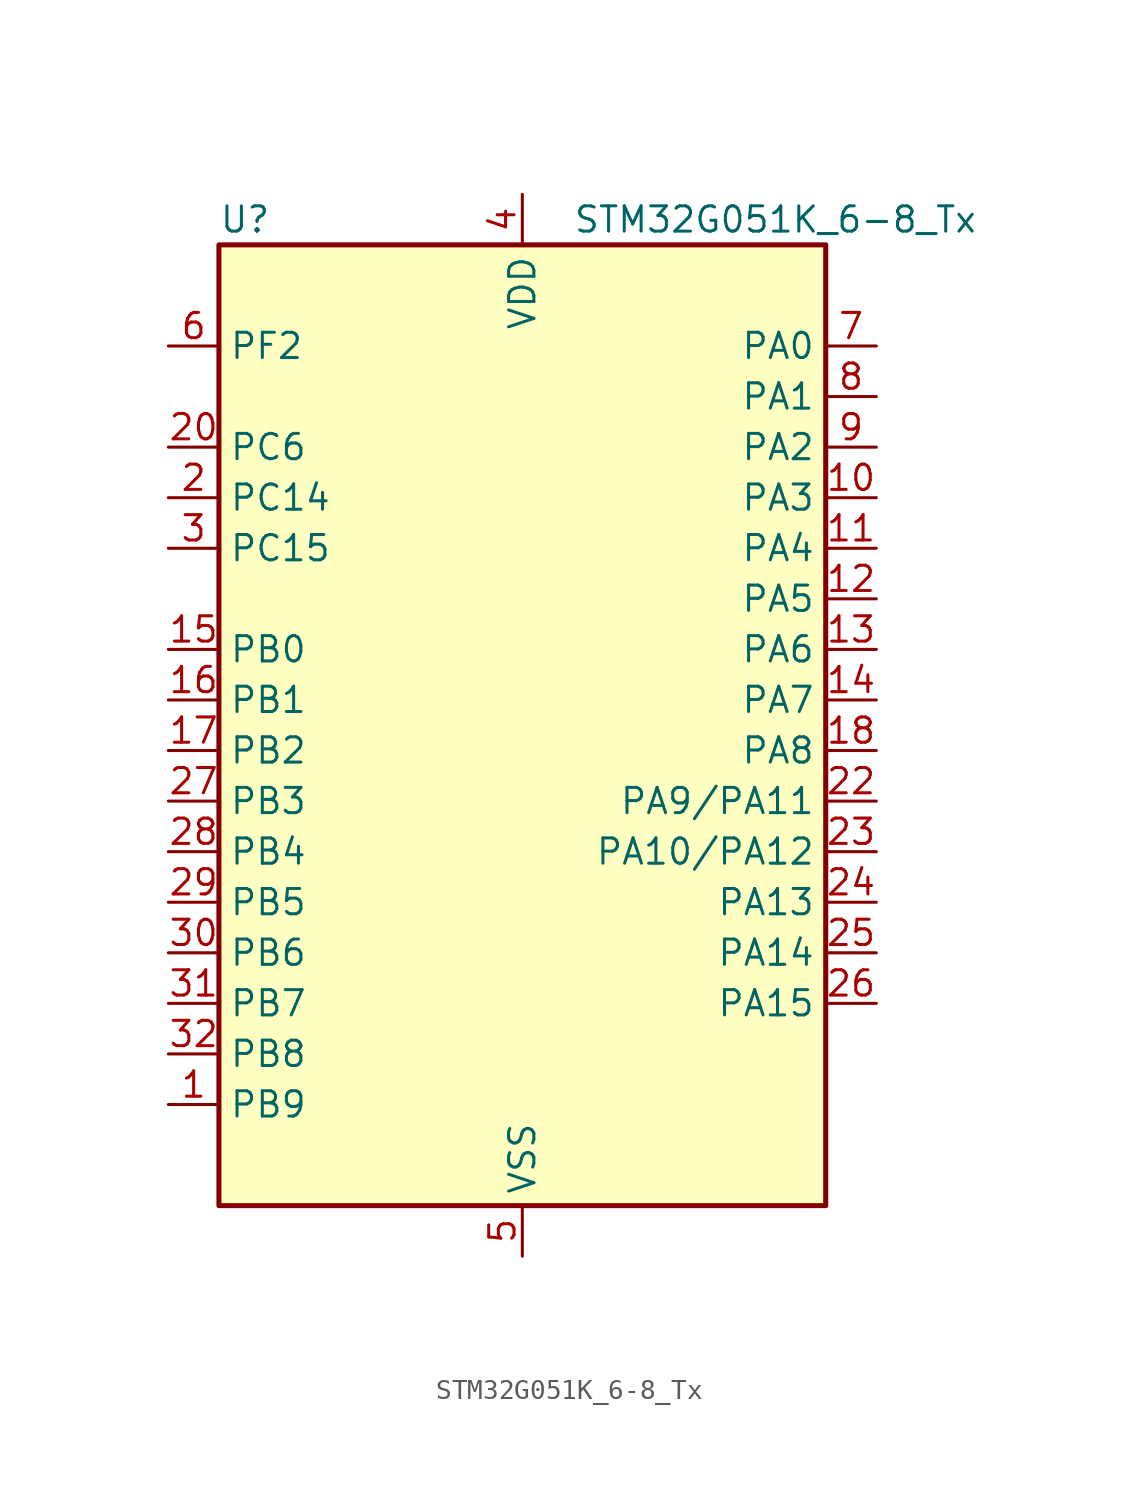
<source format=kicad_sym>
(kicad_symbol_lib
  (version 20241209)
  (generator "kicad_symbol_editor")
  (generator_version "9.0")
  (symbol "STM32G051K_6-8_Tx"
    (property "Reference" "U"
      (at -15.24 26.67 0)
      (effects (font (size 1.27 1.27)) (justify left)))
    (property "Value" "STM32G051K_6-8_Tx"
      (at 2.54 26.67 0)
      (effects (font (size 1.27 1.27)) (justify left)))
    (symbol "STM32G051K_6-8_Tx_0_1"
      (rectangle (start -15.24 -22.86) (end 15.24 25.4) (stroke (width 0.254) (type default)) (fill (type background))))
    (symbol "STM32G051K_6-8_Tx_1_1"
      (pin bidirectional line (at -17.78 20.32 0) (length 2.54) (name "PF2" (effects (font (size 1.27 1.27)))) (number "6" (effects (font (size 1.27 1.27)))) (alternate "RCC_MCO" bidirectional line))
      (pin bidirectional line (at -17.78 15.24 0) (length 2.54) (name "PC6" (effects (font (size 1.27 1.27)))) (number "20" (effects (font (size 1.27 1.27)))) (alternate "TIM2_CH3" bidirectional line) (alternate "TIM3_CH1" bidirectional line))
      (pin bidirectional line (at -17.78 12.7 0) (length 2.54) (name "PC14" (effects (font (size 1.27 1.27)))) (number "2" (effects (font (size 1.27 1.27)))) (alternate "RCC_OSC32_IN" bidirectional line) (alternate "RCC_OSC_IN" bidirectional line) (alternate "TIM1_BK2" bidirectional line))
      (pin bidirectional line (at -17.78 10.16 0) (length 2.54) (name "PC15" (effects (font (size 1.27 1.27)))) (number "3" (effects (font (size 1.27 1.27)))) (alternate "RCC_OSC32_EN" bidirectional line) (alternate "RCC_OSC32_OUT" bidirectional line) (alternate "RCC_OSC_EN" bidirectional line) (alternate "TIM15_BK" bidirectional line))
      (pin bidirectional line (at -17.78 5.08 0) (length 2.54) (name "PB0" (effects (font (size 1.27 1.27)))) (number "15" (effects (font (size 1.27 1.27)))) (alternate "ADC1_IN8" bidirectional line) (alternate "COMP1_OUT" bidirectional line) (alternate "I2S1_WS" bidirectional line) (alternate "LPTIM1_OUT" bidirectional line) (alternate "SPI1_NSS" bidirectional line) (alternate "TIM1_CH2N" bidirectional line) (alternate "TIM3_CH3" bidirectional line))
      (pin bidirectional line (at -17.78 2.54 0) (length 2.54) (name "PB1" (effects (font (size 1.27 1.27)))) (number "16" (effects (font (size 1.27 1.27)))) (alternate "ADC1_IN9" bidirectional line) (alternate "COMP1_INM" bidirectional line) (alternate "LPTIM2_IN1" bidirectional line) (alternate "LPUART1_DE" bidirectional line) (alternate "LPUART1_RTS" bidirectional line) (alternate "TIM14_CH1" bidirectional line) (alternate "TIM1_CH3N" bidirectional line) (alternate "TIM3_CH4" bidirectional line))
      (pin bidirectional line (at -17.78 0 0) (length 2.54) (name "PB2" (effects (font (size 1.27 1.27)))) (number "17" (effects (font (size 1.27 1.27)))) (alternate "ADC1_IN10" bidirectional line) (alternate "COMP1_INP" bidirectional line) (alternate "LPTIM1_OUT" bidirectional line) (alternate "SPI2_MISO" bidirectional line))
      (pin bidirectional line (at -17.78 -2.54 0) (length 2.54) (name "PB3" (effects (font (size 1.27 1.27)))) (number "27" (effects (font (size 1.27 1.27)))) (alternate "COMP2_INM" bidirectional line) (alternate "I2S1_CK" bidirectional line) (alternate "SPI1_SCK" bidirectional line) (alternate "TIM1_CH2" bidirectional line) (alternate "TIM2_CH2" bidirectional line) (alternate "USART1_CK" bidirectional line) (alternate "USART1_DE" bidirectional line) (alternate "USART1_RTS" bidirectional line))
      (pin bidirectional line (at -17.78 -5.08 0) (length 2.54) (name "PB4" (effects (font (size 1.27 1.27)))) (number "28" (effects (font (size 1.27 1.27)))) (alternate "COMP2_INP" bidirectional line) (alternate "I2S1_MCK" bidirectional line) (alternate "SPI1_MISO" bidirectional line) (alternate "TIM17_BK" bidirectional line) (alternate "TIM3_CH1" bidirectional line) (alternate "USART1_CTS" bidirectional line) (alternate "USART1_NSS" bidirectional line))
      (pin bidirectional line (at -17.78 -7.62 0) (length 2.54) (name "PB5" (effects (font (size 1.27 1.27)))) (number "29" (effects (font (size 1.27 1.27)))) (alternate "COMP2_OUT" bidirectional line) (alternate "I2C1_SMBA" bidirectional line) (alternate "I2S1_SD" bidirectional line) (alternate "LPTIM1_IN1" bidirectional line) (alternate "SPI1_MOSI" bidirectional line) (alternate "SYS_WKUP6" bidirectional line) (alternate "TIM16_BK" bidirectional line) (alternate "TIM3_CH2" bidirectional line))
      (pin bidirectional line (at -17.78 -10.16 0) (length 2.54) (name "PB6" (effects (font (size 1.27 1.27)))) (number "30" (effects (font (size 1.27 1.27)))) (alternate "COMP2_INP" bidirectional line) (alternate "I2C1_SCL" bidirectional line) (alternate "LPTIM1_ETR" bidirectional line) (alternate "SPI2_MISO" bidirectional line) (alternate "TIM16_CH1N" bidirectional line) (alternate "TIM1_CH3" bidirectional line) (alternate "USART1_TX" bidirectional line))
      (pin bidirectional line (at -17.78 -12.7 0) (length 2.54) (name "PB7" (effects (font (size 1.27 1.27)))) (number "31" (effects (font (size 1.27 1.27)))) (alternate "ADC1_IN11" bidirectional line) (alternate "COMP2_INM" bidirectional line) (alternate "I2C1_SDA" bidirectional line) (alternate "LPTIM1_IN2" bidirectional line) (alternate "SPI2_MOSI" bidirectional line) (alternate "SYS_PVD_IN" bidirectional line) (alternate "TIM17_CH1N" bidirectional line) (alternate "USART1_RX" bidirectional line))
      (pin bidirectional line (at -17.78 -15.24 0) (length 2.54) (name "PB8" (effects (font (size 1.27 1.27)))) (number "32" (effects (font (size 1.27 1.27)))) (alternate "I2C1_SCL" bidirectional line) (alternate "SPI2_SCK" bidirectional line) (alternate "TIM15_BK" bidirectional line) (alternate "TIM16_CH1" bidirectional line))
      (pin bidirectional line (at -17.78 -17.78 0) (length 2.54) (name "PB9" (effects (font (size 1.27 1.27)))) (number "1" (effects (font (size 1.27 1.27)))) (alternate "DAC1_EXTI9" bidirectional line) (alternate "I2C1_SDA" bidirectional line) (alternate "IR_OUT" bidirectional line) (alternate "SPI2_NSS" bidirectional line) (alternate "TIM17_CH1" bidirectional line))
      (pin no_connect line (at -15.24 -20.32 0) (length 2.54) (hide yes) (name "NC/PA10" (effects (font (size 1.27 1.27)))) (number "21" (effects (font (size 1.27 1.27)))) (alternate "I2C1_SDA (PA10)" bidirectional line) (alternate "NC" bidirectional line) (alternate "PA10" bidirectional line) (alternate "SPI2_MOSI (PA10)" bidirectional line) (alternate "TIM17_BK (PA10)" bidirectional line) (alternate "TIM1_CH3 (PA10)" bidirectional line) (alternate "USART1_RX (PA10)" bidirectional line))
      (pin no_connect line (at -15.24 -22.86 0) (length 2.54) (hide yes) (name "NC/PA9" (effects (font (size 1.27 1.27)))) (number "19" (effects (font (size 1.27 1.27)))) (alternate "DAC1_EXTI9 (PA9)" bidirectional line) (alternate "I2C1_SCL (PA9)" bidirectional line) (alternate "NC" bidirectional line) (alternate "PA9" bidirectional line) (alternate "RCC_MCO (PA9)" bidirectional line) (alternate "SPI2_MISO (PA9)" bidirectional line) (alternate "TIM15_BK (PA9)" bidirectional line) (alternate "TIM1_CH2 (PA9)" bidirectional line) (alternate "USART1_TX (PA9)" bidirectional line))
      (pin power_in line (at 0 27.94 270) (length 2.54) (name "VDD" (effects (font (size 1.27 1.27)))) (number "4" (effects (font (size 1.27 1.27)))))
      (pin power_in line (at 0 -25.4 90) (length 2.54) (name "VSS" (effects (font (size 1.27 1.27)))) (number "5" (effects (font (size 1.27 1.27)))))
      (pin bidirectional line (at 17.78 20.32 180) (length 2.54) (name "PA0" (effects (font (size 1.27 1.27)))) (number "7" (effects (font (size 1.27 1.27)))) (alternate "ADC1_IN0" bidirectional line) (alternate "COMP1_INM" bidirectional line) (alternate "COMP1_OUT" bidirectional line) (alternate "LPTIM1_OUT" bidirectional line) (alternate "RTC_TAMP_IN2" bidirectional line) (alternate "SPI2_SCK" bidirectional line) (alternate "SYS_WKUP1" bidirectional line) (alternate "TIM2_CH1" bidirectional line) (alternate "TIM2_ETR" bidirectional line) (alternate "USART2_CTS" bidirectional line) (alternate "USART2_NSS" bidirectional line))
      (pin bidirectional line (at 17.78 17.78 180) (length 2.54) (name "PA1" (effects (font (size 1.27 1.27)))) (number "8" (effects (font (size 1.27 1.27)))) (alternate "ADC1_IN1" bidirectional line) (alternate "COMP1_INP" bidirectional line) (alternate "I2C1_SMBA" bidirectional line) (alternate "I2S1_CK" bidirectional line) (alternate "SPI1_SCK" bidirectional line) (alternate "TIM15_CH1N" bidirectional line) (alternate "TIM2_CH2" bidirectional line) (alternate "USART2_CK" bidirectional line) (alternate "USART2_DE" bidirectional line) (alternate "USART2_RTS" bidirectional line))
      (pin bidirectional line (at 17.78 15.24 180) (length 2.54) (name "PA2" (effects (font (size 1.27 1.27)))) (number "9" (effects (font (size 1.27 1.27)))) (alternate "ADC1_IN2" bidirectional line) (alternate "COMP2_INM" bidirectional line) (alternate "COMP2_OUT" bidirectional line) (alternate "I2S1_SD" bidirectional line) (alternate "LPUART1_TX" bidirectional line) (alternate "RCC_LSCO" bidirectional line) (alternate "SPI1_MOSI" bidirectional line) (alternate "SYS_WKUP4" bidirectional line) (alternate "TIM15_CH1" bidirectional line) (alternate "TIM2_CH3" bidirectional line) (alternate "USART2_TX" bidirectional line))
      (pin bidirectional line (at 17.78 12.7 180) (length 2.54) (name "PA3" (effects (font (size 1.27 1.27)))) (number "10" (effects (font (size 1.27 1.27)))) (alternate "ADC1_IN3" bidirectional line) (alternate "COMP2_INP" bidirectional line) (alternate "LPUART1_RX" bidirectional line) (alternate "SPI2_MISO" bidirectional line) (alternate "TIM15_CH2" bidirectional line) (alternate "TIM2_CH4" bidirectional line) (alternate "USART2_RX" bidirectional line))
      (pin bidirectional line (at 17.78 10.16 180) (length 2.54) (name "PA4" (effects (font (size 1.27 1.27)))) (number "11" (effects (font (size 1.27 1.27)))) (alternate "ADC1_IN4" bidirectional line) (alternate "DAC1_OUT1" bidirectional line) (alternate "I2S1_WS" bidirectional line) (alternate "LPTIM2_OUT" bidirectional line) (alternate "RTC_OUT1" bidirectional line) (alternate "RTC_TAMP_IN1" bidirectional line) (alternate "RTC_TS" bidirectional line) (alternate "SPI1_NSS" bidirectional line) (alternate "SPI2_MOSI" bidirectional line) (alternate "SYS_WKUP2" bidirectional line) (alternate "TIM14_CH1" bidirectional line))
      (pin bidirectional line (at 17.78 7.62 180) (length 2.54) (name "PA5" (effects (font (size 1.27 1.27)))) (number "12" (effects (font (size 1.27 1.27)))) (alternate "ADC1_IN5" bidirectional line) (alternate "DAC1_OUT2" bidirectional line) (alternate "I2S1_CK" bidirectional line) (alternate "LPTIM2_ETR" bidirectional line) (alternate "SPI1_SCK" bidirectional line) (alternate "TIM2_CH1" bidirectional line) (alternate "TIM2_ETR" bidirectional line))
      (pin bidirectional line (at 17.78 5.08 180) (length 2.54) (name "PA6" (effects (font (size 1.27 1.27)))) (number "13" (effects (font (size 1.27 1.27)))) (alternate "ADC1_IN6" bidirectional line) (alternate "COMP1_OUT" bidirectional line) (alternate "I2S1_MCK" bidirectional line) (alternate "LPUART1_CTS" bidirectional line) (alternate "SPI1_MISO" bidirectional line) (alternate "TIM16_CH1" bidirectional line) (alternate "TIM1_BK" bidirectional line) (alternate "TIM3_CH1" bidirectional line))
      (pin bidirectional line (at 17.78 2.54 180) (length 2.54) (name "PA7" (effects (font (size 1.27 1.27)))) (number "14" (effects (font (size 1.27 1.27)))) (alternate "ADC1_IN7" bidirectional line) (alternate "COMP2_OUT" bidirectional line) (alternate "I2S1_SD" bidirectional line) (alternate "SPI1_MOSI" bidirectional line) (alternate "TIM14_CH1" bidirectional line) (alternate "TIM17_CH1" bidirectional line) (alternate "TIM1_CH1N" bidirectional line) (alternate "TIM3_CH2" bidirectional line))
      (pin bidirectional line (at 17.78 0 180) (length 2.54) (name "PA8" (effects (font (size 1.27 1.27)))) (number "18" (effects (font (size 1.27 1.27)))) (alternate "LPTIM2_OUT" bidirectional line) (alternate "RCC_MCO" bidirectional line) (alternate "SPI2_NSS" bidirectional line) (alternate "TIM1_CH1" bidirectional line))
      (pin bidirectional line (at 17.78 -2.54 180) (length 2.54) (name "PA9/PA11" (effects (font (size 1.27 1.27)))) (number "22" (effects (font (size 1.27 1.27)))) (alternate "ADC1_EXTI11 (PA11)" bidirectional line) (alternate "ADC1_IN15 (PA11)" bidirectional line) (alternate "COMP1_OUT (PA11)" bidirectional line) (alternate "DAC1_EXTI9 (PA9)" bidirectional line) (alternate "I2C1_SCL (PA9)" bidirectional line) (alternate "I2C2_SCL (PA11)" bidirectional line) (alternate "I2S1_MCK (PA11)" bidirectional line) (alternate "PA11" bidirectional line) (alternate "PA9" bidirectional line) (alternate "RCC_MCO (PA9)" bidirectional line) (alternate "SPI1_MISO (PA11)" bidirectional line) (alternate "SPI2_MISO (PA9)" bidirectional line) (alternate "TIM15_BK (PA9)" bidirectional line) (alternate "TIM1_BK2 (PA11)" bidirectional line) (alternate "TIM1_CH2 (PA9)" bidirectional line) (alternate "TIM1_CH4 (PA11)" bidirectional line) (alternate "USART1_CTS (PA11)" bidirectional line) (alternate "USART1_NSS (PA11)" bidirectional line) (alternate "USART1_TX (PA9)" bidirectional line))
      (pin bidirectional line (at 17.78 -5.08 180) (length 2.54) (name "PA10/PA12" (effects (font (size 1.27 1.27)))) (number "23" (effects (font (size 1.27 1.27)))) (alternate "ADC1_IN16 (PA12)" bidirectional line) (alternate "COMP2_OUT (PA12)" bidirectional line) (alternate "I2C1_SDA (PA10)" bidirectional line) (alternate "I2C2_SDA (PA12)" bidirectional line) (alternate "I2S1_SD (PA12)" bidirectional line) (alternate "I2S_CKIN (PA12)" bidirectional line) (alternate "PA10" bidirectional line) (alternate "PA12" bidirectional line) (alternate "SPI1_MOSI (PA12)" bidirectional line) (alternate "SPI2_MOSI (PA10)" bidirectional line) (alternate "TIM17_BK (PA10)" bidirectional line) (alternate "TIM1_CH3 (PA10)" bidirectional line) (alternate "TIM1_ETR (PA12)" bidirectional line) (alternate "USART1_CK (PA12)" bidirectional line) (alternate "USART1_DE (PA12)" bidirectional line) (alternate "USART1_RTS (PA12)" bidirectional line) (alternate "USART1_RX (PA10)" bidirectional line))
      (pin bidirectional line (at 17.78 -7.62 180) (length 2.54) (name "PA13" (effects (font (size 1.27 1.27)))) (number "24" (effects (font (size 1.27 1.27)))) (alternate "ADC1_IN17" bidirectional line) (alternate "IR_OUT" bidirectional line) (alternate "SYS_SWDIO" bidirectional line))
      (pin bidirectional line (at 17.78 -10.16 180) (length 2.54) (name "PA14" (effects (font (size 1.27 1.27)))) (number "25" (effects (font (size 1.27 1.27)))) (alternate "ADC1_IN18" bidirectional line) (alternate "SYS_SWCLK" bidirectional line) (alternate "USART2_TX" bidirectional line))
      (pin bidirectional line (at 17.78 -12.7 180) (length 2.54) (name "PA15" (effects (font (size 1.27 1.27)))) (number "26" (effects (font (size 1.27 1.27)))) (alternate "I2S1_WS" bidirectional line) (alternate "SPI1_NSS" bidirectional line) (alternate "TIM2_CH1" bidirectional line) (alternate "TIM2_ETR" bidirectional line) (alternate "USART2_RX" bidirectional line)))))
</source>
